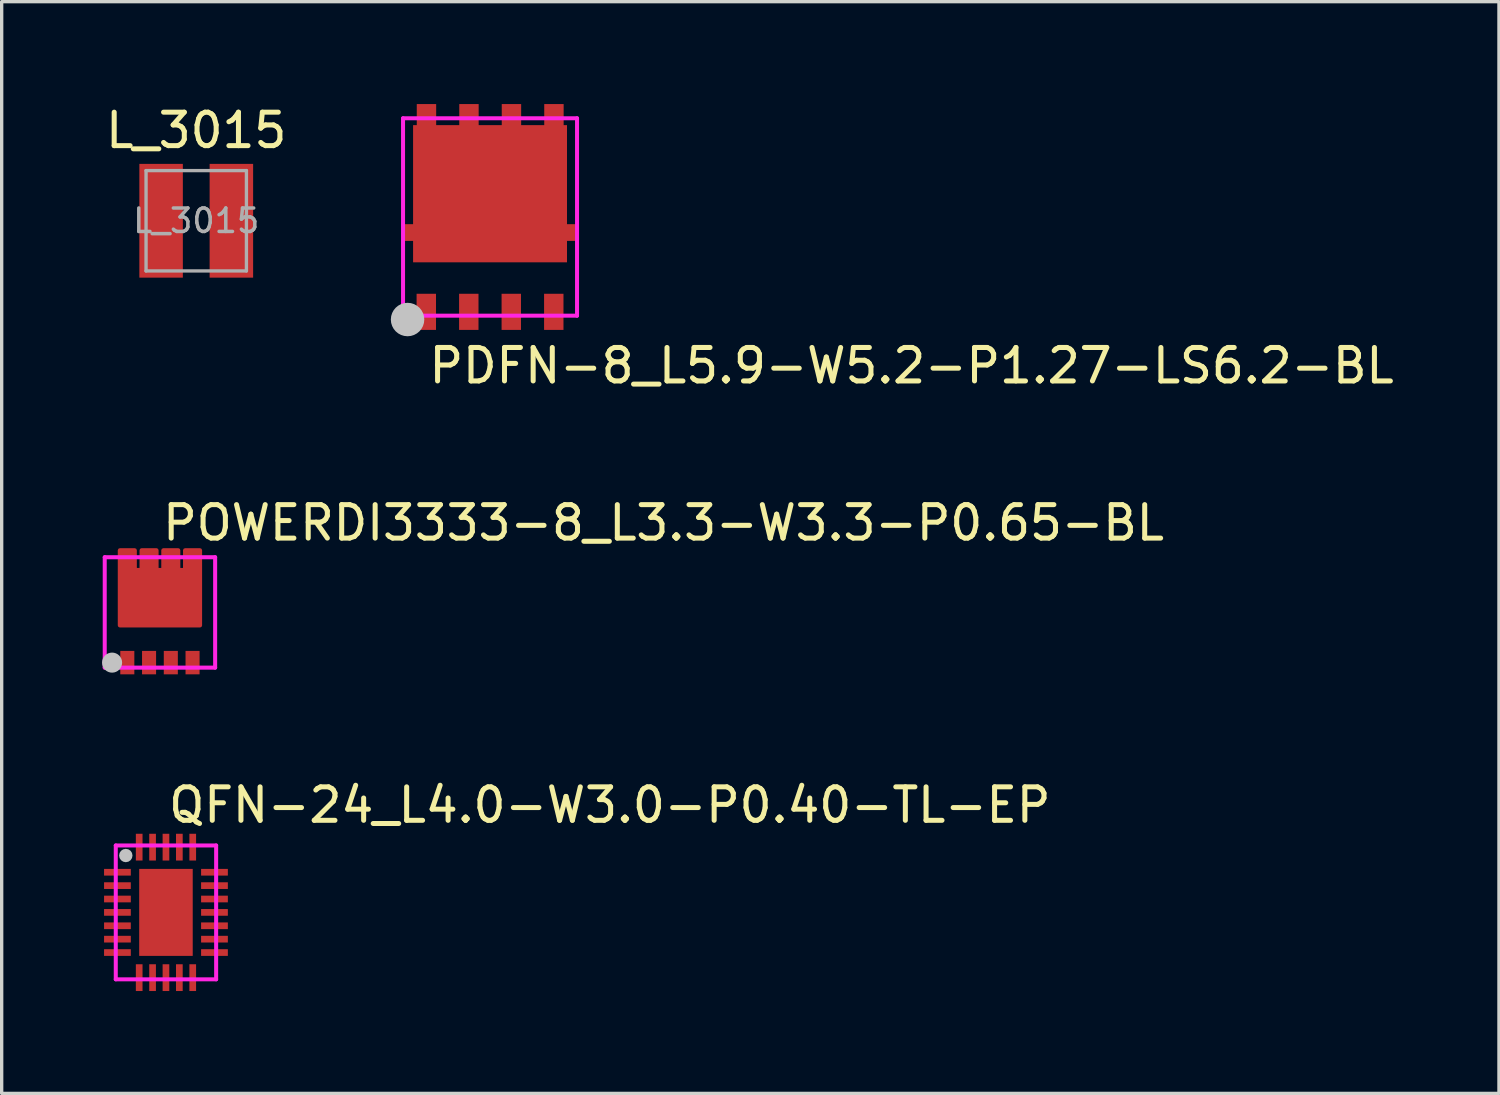
<source format=kicad_pcb>
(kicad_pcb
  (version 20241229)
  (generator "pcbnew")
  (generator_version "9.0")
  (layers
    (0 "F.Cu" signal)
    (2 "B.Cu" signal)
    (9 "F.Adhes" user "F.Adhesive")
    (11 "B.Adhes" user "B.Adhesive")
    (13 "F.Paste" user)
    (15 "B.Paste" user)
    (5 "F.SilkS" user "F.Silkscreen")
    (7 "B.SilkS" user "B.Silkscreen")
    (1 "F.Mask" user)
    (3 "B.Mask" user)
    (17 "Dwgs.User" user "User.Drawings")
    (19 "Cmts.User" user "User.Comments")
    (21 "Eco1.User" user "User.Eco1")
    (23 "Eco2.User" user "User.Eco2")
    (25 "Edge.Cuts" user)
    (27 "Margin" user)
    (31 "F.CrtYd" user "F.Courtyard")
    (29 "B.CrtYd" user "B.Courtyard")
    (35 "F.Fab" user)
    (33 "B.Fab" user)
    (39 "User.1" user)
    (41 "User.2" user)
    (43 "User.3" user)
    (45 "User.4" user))
  (footprint "POWERDI3333-8_L3.3-W3.3-P0.65-BL"
    (layer "F.Cu")
    (at 1.73 15.784)
    (property "Reference" "POWERDI3333-8_L3.3-W3.3-P0.65-BL" (at 0 -3.207 0) (layer "F.SilkS") (effects (font (size 1 1) (thickness 0.15)) (justify left)))
    (attr through_hole)
    (fp_poly (pts (xy -1.19 0.62) (xy -0.76 0.62) (xy -0.76 1.32) (xy -1.19 1.32)) (stroke (width 0.12) (type solid)) (fill yes) (layer "F.Paste"))
    (fp_poly (pts (xy -0.54 0.62) (xy -0.11 0.62) (xy -0.11 1.32) (xy -0.54 1.32)) (stroke (width 0.12) (type solid)) (fill yes) (layer "F.Paste"))
    (fp_poly (pts (xy 0.11 0.62) (xy 0.54 0.62) (xy 0.54 1.32) (xy 0.11 1.32)) (stroke (width 0.12) (type solid)) (fill yes) (layer "F.Paste"))
    (fp_poly (pts (xy 0.76 0.62) (xy 1.19 0.62) (xy 1.19 1.32) (xy 0.76 1.32)) (stroke (width 0.12) (type solid)) (fill yes) (layer "F.Paste"))
    (fp_poly (pts (xy 1.2 -2.39) (xy 1.2 -0.14) (xy -1.2 -0.14) (xy -1.2 -2.39) (xy -0.75 -2.39) (xy -0.75 -1.8) (xy -0.55 -1.8) (xy -0.55 -2.39) (xy -0.1 -2.39) (xy -0.1 -1.8) (xy 0.1 -1.8) (xy 0.1 -2.39) (xy 0.55 -2.39) (xy 0.55 -1.8) (xy 0.75 -1.8) (xy 0.75 -2.39)) (stroke (width 0.12) (type solid)) (fill yes) (layer "F.Paste"))
    (fp_circle (center -1.43 0.97) (end -1.28 0.97) (stroke (width 0.3) (type solid)) (fill no) (layer "Dwgs.User"))
    (fp_circle (center -1.65 1.12) (end -1.62 1.12) (stroke (width 0.06) (type solid)) (fill no) (layer "Eco2.User"))
    (fp_poly (pts (xy -1.135 0.72) (xy -0.815 0.72) (xy -0.815 1.12) (xy -1.135 1.12)) (stroke (width 0.12) (type solid)) (fill no) (layer "Eco2.User"))
    (fp_poly (pts (xy -0.485 0.72) (xy -0.165 0.72) (xy -0.165 1.12) (xy -0.485 1.12)) (stroke (width 0.12) (type solid)) (fill no) (layer "Eco2.User"))
    (fp_poly (pts (xy 0.165 0.72) (xy 0.485 0.72) (xy 0.485 1.12) (xy 0.165 1.12)) (stroke (width 0.12) (type solid)) (fill no) (layer "Eco2.User"))
    (fp_poly (pts (xy 0.815 0.72) (xy 1.135 0.72) (xy 1.135 1.12) (xy 0.815 1.12)) (stroke (width 0.12) (type solid)) (fill no) (layer "Eco2.User"))
    (fp_poly (pts (xy -1.135 -0.14) (xy -1.135 -2.18) (xy -0.815 -2.18) (xy -0.815 -1.8) (xy -0.485 -1.8) (xy -0.485 -2.18) (xy -0.165 -2.18) (xy -0.165 -1.8) (xy 0.165 -1.8) (xy 0.165 -2.18) (xy 0.485 -2.18) (xy 0.485 -1.8) (xy 0.815 -1.8) (xy 0.815 -2.18) (xy 1.135 -2.18) (xy 1.135 -0.14)) (stroke (width 0.12) (type solid)) (fill no) (layer "Eco2.User"))
    (fp_line (start -1.65 -2.18) (end 1.65 -2.18) (stroke (width 0.12) (type solid)) (layer "F.CrtYd"))
    (fp_line (start -1.65 1.12) (end -1.65 -2.18) (stroke (width 0.12) (type solid)) (layer "F.CrtYd"))
    (fp_line (start 1.65 -2.18) (end 1.65 1.12) (stroke (width 0.12) (type solid)) (layer "F.CrtYd"))
    (fp_line (start 1.65 1.12) (end -1.65 1.12) (stroke (width 0.12) (type solid)) (layer "F.CrtYd"))
    (pad "1" smd rect (at -0.975 0.97) (size 0.42 0.7) (layers "F.Cu" "F.Mask" "F.Paste"))
    (pad "2" smd rect (at -0.325 0.97) (size 0.42 0.7) (layers "F.Cu" "F.Mask" "F.Paste"))
    (pad "3" smd rect (at 0.325 0.97) (size 0.42 0.7) (layers "F.Cu" "F.Mask" "F.Paste"))
    (pad "4" smd rect (at 0.975 0.97) (size 0.42 0.7) (layers "F.Cu" "F.Mask" "F.Paste"))
    (pad "5" smd custom (at 0 -0.97) (size 0.102 0.102) (layers "F.Cu" "F.Mask" "F.Paste") (options (anchor circle)) (primitives (gr_poly (pts (xy -1.2 0.83) (xy -1.2 -1.42) (xy -0.75 -1.42) (xy -0.75 -0.83) (xy -0.55 -0.83) (xy -0.55 -1.42) (xy -0.1 -1.42) (xy -0.1 -0.83) (xy 0.1 -0.83) (xy 0.1 -1.42) (xy 0.55 -1.42) (xy 0.55 -0.83) (xy 0.75 -0.83) (xy 0.75 -1.42) (xy 1.2 -1.42) (xy 1.2 0.83) (xy -1.2 0.83)) (width 0.12) (fill yes)))))
  (footprint "PDFN-8_L5.9-W5.2-P1.27-LS6.2-BL"
    (layer "F.Cu")
    (at 11.596 3.435)
    (property "Reference" "PDFN-8_L5.9-W5.2-P1.27-LS6.2-BL" (at -1.905 4.445 0) (layer "F.SilkS") (effects (font (size 1 1) (thickness 0.15)) (justify left)))
    (attr through_hole)
    (fp_poly (pts (xy -1.615 3.374) (xy -1.615 2.295) (xy -2.195 2.295) (xy -2.195 3.374)) (stroke (width 0.12) (type solid)) (fill yes) (layer "F.Paste"))
    (fp_poly (pts (xy -0.345 3.374) (xy -0.345 2.295) (xy -0.925 2.295) (xy -0.925 3.374)) (stroke (width 0.12) (type solid)) (fill yes) (layer "F.Paste"))
    (fp_poly (pts (xy 0.925 3.374) (xy 0.925 2.295) (xy 0.345 2.295) (xy 0.345 3.374)) (stroke (width 0.12) (type solid)) (fill yes) (layer "F.Paste"))
    (fp_poly (pts (xy 1.615 2.295) (xy 1.615 3.374) (xy 2.195 3.374) (xy 2.195 2.295)) (stroke (width 0.12) (type solid)) (fill yes) (layer "F.Paste"))
    (fp_poly (pts (xy 1.62 -3.375) (xy 1.62 -2.745) (xy 0.93 -2.745) (xy 0.93 -3.375) (xy 0.35 -3.375) (xy 0.35 -2.745) (xy -0.34 -2.745) (xy -0.34 -3.375) (xy -0.92 -3.375) (xy -0.92 -2.745) (xy -1.61 -2.745) (xy -1.61 -3.375) (xy -2.19 -3.375) (xy -2.19 -2.745) (xy -2.3 -2.745) (xy -2.3 0.215) (xy -2.644 0.215) (xy -2.644 0.715) (xy -2.3 0.715) (xy -2.3 1.355) (xy 2.3 1.355) (xy 2.3 0.715) (xy 2.644 0.715) (xy 2.644 0.215) (xy 2.3 0.215) (xy 2.3 -2.745) (xy 2.2 -2.745) (xy 2.2 -3.375)) (stroke (width 0.12) (type solid)) (fill yes) (layer "F.Paste"))
    (fp_circle (center -2.465 3.065) (end -2.215 3.065) (stroke (width 0.5) (type solid)) (fill no) (layer "Dwgs.User"))
    (fp_circle (center -2.6 3.075) (end -2.57 3.075) (stroke (width 0.06) (type solid)) (fill no) (layer "Eco2.User"))
    (fp_poly (pts (xy -2.6 0.215) (xy -1.65 0.215) (xy -1.65 0.715) (xy -2.6 0.715)) (stroke (width 0.12) (type solid)) (fill no) (layer "Eco2.User"))
    (fp_poly (pts (xy -2.3 -2.745) (xy 2.3 -2.745) (xy 2.3 1.355) (xy -2.3 1.355)) (stroke (width 0.12) (type solid)) (fill no) (layer "Eco2.User"))
    (fp_poly (pts (xy -2.105 2.575) (xy -1.705 2.575) (xy -1.705 3.075) (xy -2.105 3.075)) (stroke (width 0.12) (type solid)) (fill no) (layer "Eco2.User"))
    (fp_poly (pts (xy -2.1 -3.076) (xy -1.7 -3.076) (xy -1.7 -2.626) (xy -2.1 -2.626)) (stroke (width 0.12) (type solid)) (fill no) (layer "Eco2.User"))
    (fp_poly (pts (xy -0.835 2.575) (xy -0.435 2.575) (xy -0.435 3.075) (xy -0.835 3.075)) (stroke (width 0.12) (type solid)) (fill no) (layer "Eco2.User"))
    (fp_poly (pts (xy -0.83 -3.076) (xy -0.43 -3.076) (xy -0.43 -2.626) (xy -0.83 -2.626)) (stroke (width 0.12) (type solid)) (fill no) (layer "Eco2.User"))
    (fp_poly (pts (xy 0.435 2.575) (xy 0.835 2.575) (xy 0.835 3.075) (xy 0.435 3.075)) (stroke (width 0.12) (type solid)) (fill no) (layer "Eco2.User"))
    (fp_poly (pts (xy 0.44 -3.076) (xy 0.84 -3.076) (xy 0.84 -2.626) (xy 0.44 -2.626)) (stroke (width 0.12) (type solid)) (fill no) (layer "Eco2.User"))
    (fp_poly (pts (xy 1.65 0.215) (xy 2.6 0.215) (xy 2.6 0.715) (xy 1.65 0.715)) (stroke (width 0.12) (type solid)) (fill no) (layer "Eco2.User"))
    (fp_poly (pts (xy 1.705 2.575) (xy 2.105 2.575) (xy 2.105 3.075) (xy 1.705 3.075)) (stroke (width 0.12) (type solid)) (fill no) (layer "Eco2.User"))
    (fp_poly (pts (xy 1.71 -3.076) (xy 2.11 -3.076) (xy 2.11 -2.626) (xy 1.71 -2.626)) (stroke (width 0.12) (type solid)) (fill no) (layer "Eco2.User"))
    (fp_line (start -2.6 -2.95) (end 2.6 -2.95) (stroke (width 0.12) (type solid)) (layer "F.CrtYd"))
    (fp_line (start -2.6 2.95) (end -2.6 -2.95) (stroke (width 0.12) (type solid)) (layer "F.CrtYd"))
    (fp_line (start 2.6 -2.95) (end 2.6 2.95) (stroke (width 0.12) (type solid)) (layer "F.CrtYd"))
    (fp_line (start 2.6 2.95) (end -2.6 2.95) (stroke (width 0.12) (type solid)) (layer "F.CrtYd"))
    (pad "1" smd rect (at -1.905 2.835) (size 0.58 1.08) (layers "F.Cu" "F.Mask" "F.Paste"))
    (pad "2" smd rect (at -0.635 2.835) (size 0.58 1.08) (layers "F.Cu" "F.Mask" "F.Paste"))
    (pad "3" smd rect (at 0.635 2.835) (size 0.58 1.08) (layers "F.Cu" "F.Mask" "F.Paste"))
    (pad "4" smd rect (at 1.905 2.835) (size 0.58 1.08) (layers "F.Cu" "F.Mask" "F.Paste"))
    (pad "5" smd rect (at 1.91 -2.835) (size 0.58 1.08) (layers "F.Cu" "F.Mask" "F.Paste"))
    (pad "6" smd rect (at 0.64 -2.835) (size 0.58 1.08) (layers "F.Cu" "F.Mask" "F.Paste"))
    (pad "7" smd rect (at -0.63 -2.835) (size 0.58 1.08) (layers "F.Cu" "F.Mask" "F.Paste"))
    (pad "8" smd rect (at -1.9 -2.835) (size 0.58 1.08) (layers "F.Cu" "F.Mask" "F.Paste"))
    (pad "9" smd rect (at -2.169 0.465) (size 0.95 0.5) (layers "F.Cu" "F.Mask" "F.Paste"))
    (pad "9" smd rect (at 0 -0.695) (size 4.6 4.1) (layers "F.Cu" "F.Mask" "F.Paste"))
    (pad "9" smd rect (at 2.169 0.465) (size 0.95 0.5) (layers "F.Cu" "F.Mask" "F.Paste")))
  (footprint "QFN-24_L4.0-W3.0-P0.40-TL-EP"
    (layer "F.Cu")
    (at 1.91 24.219)
    (property "Reference" "QFN-24_L4.0-W3.0-P0.40-TL-EP" (at 0 -3.207 0) (layer "F.SilkS") (effects (font (size 1 1) (thickness 0.15)) (justify left)))
    (attr through_hole)
    (fp_poly (pts (xy -1.85 -1.3) (xy -1.85 -1.1) (xy -1.05 -1.1) (xy -1.05 -1.3)) (stroke (width 0.12) (type solid)) (fill yes) (layer "F.Paste"))
    (fp_poly (pts (xy -1.85 0.3) (xy -1.85 0.5) (xy -1.05 0.5) (xy -1.05 0.3)) (stroke (width 0.12) (type solid)) (fill yes) (layer "F.Paste"))
    (fp_poly (pts (xy -1.05 -0.7) (xy -1.05 -0.9) (xy -1.85 -0.9) (xy -1.85 -0.7)) (stroke (width 0.12) (type solid)) (fill yes) (layer "F.Paste"))
    (fp_poly (pts (xy -1.05 -0.3) (xy -1.05 -0.5) (xy -1.85 -0.5) (xy -1.85 -0.3)) (stroke (width 0.12) (type solid)) (fill yes) (layer "F.Paste"))
    (fp_poly (pts (xy -1.05 0.1) (xy -1.05 -0.1) (xy -1.85 -0.1) (xy -1.85 0.1)) (stroke (width 0.12) (type solid)) (fill yes) (layer "F.Paste"))
    (fp_poly (pts (xy -1.05 0.9) (xy -1.05 0.7) (xy -1.85 0.7) (xy -1.85 0.9)) (stroke (width 0.12) (type solid)) (fill yes) (layer "F.Paste"))
    (fp_poly (pts (xy -1.05 1.3) (xy -1.05 1.1) (xy -1.85 1.1) (xy -1.85 1.3)) (stroke (width 0.12) (type solid)) (fill yes) (layer "F.Paste"))
    (fp_poly (pts (xy -0.9 -2.35) (xy -0.9 -1.55) (xy -0.7 -1.55) (xy -0.7 -2.35)) (stroke (width 0.12) (type solid)) (fill yes) (layer "F.Paste"))
    (fp_poly (pts (xy -0.9 1.55) (xy -0.9 2.35) (xy -0.7 2.35) (xy -0.7 1.55)) (stroke (width 0.12) (type solid)) (fill yes) (layer "F.Paste"))
    (fp_poly (pts (xy -0.64 -1.04) (xy 0.64 -1.04) (xy 0.64 1.04) (xy -0.64 1.04)) (stroke (width 0.12) (type solid)) (fill yes) (layer "F.Paste"))
    (fp_poly (pts (xy -0.5 -2.35) (xy -0.5 -1.55) (xy -0.3 -1.55) (xy -0.3 -2.35)) (stroke (width 0.12) (type solid)) (fill yes) (layer "F.Paste"))
    (fp_poly (pts (xy -0.3 2.35) (xy -0.3 1.55) (xy -0.5 1.55) (xy -0.5 2.35)) (stroke (width 0.12) (type solid)) (fill yes) (layer "F.Paste"))
    (fp_poly (pts (xy -0.1 -2.35) (xy -0.1 -1.55) (xy 0.1 -1.55) (xy 0.1 -2.35)) (stroke (width 0.12) (type solid)) (fill yes) (layer "F.Paste"))
    (fp_poly (pts (xy 0.1 2.35) (xy 0.1 1.55) (xy -0.1 1.55) (xy -0.1 2.35)) (stroke (width 0.12) (type solid)) (fill yes) (layer "F.Paste"))
    (fp_poly (pts (xy 0.5 -1.55) (xy 0.5 -2.35) (xy 0.3 -2.35) (xy 0.3 -1.55)) (stroke (width 0.12) (type solid)) (fill yes) (layer "F.Paste"))
    (fp_poly (pts (xy 0.5 2.35) (xy 0.5 1.55) (xy 0.3 1.55) (xy 0.3 2.35)) (stroke (width 0.12) (type solid)) (fill yes) (layer "F.Paste"))
    (fp_poly (pts (xy 0.9 -1.55) (xy 0.9 -2.35) (xy 0.7 -2.35) (xy 0.7 -1.55)) (stroke (width 0.12) (type solid)) (fill yes) (layer "F.Paste"))
    (fp_poly (pts (xy 0.9 2.35) (xy 0.9 1.55) (xy 0.7 1.55) (xy 0.7 2.35)) (stroke (width 0.12) (type solid)) (fill yes) (layer "F.Paste"))
    (fp_poly (pts (xy 1.05 -1.3) (xy 1.05 -1.1) (xy 1.85 -1.1) (xy 1.85 -1.3)) (stroke (width 0.12) (type solid)) (fill yes) (layer "F.Paste"))
    (fp_poly (pts (xy 1.05 -0.9) (xy 1.05 -0.7) (xy 1.85 -0.7) (xy 1.85 -0.9)) (stroke (width 0.12) (type solid)) (fill yes) (layer "F.Paste"))
    (fp_poly (pts (xy 1.05 0.7) (xy 1.05 0.9) (xy 1.85 0.9) (xy 1.85 0.7)) (stroke (width 0.12) (type solid)) (fill yes) (layer "F.Paste"))
    (fp_poly (pts (xy 1.05 1.1) (xy 1.05 1.3) (xy 1.85 1.3) (xy 1.85 1.1)) (stroke (width 0.12) (type solid)) (fill yes) (layer "F.Paste"))
    (fp_poly (pts (xy 1.85 -0.3) (xy 1.85 -0.5) (xy 1.05 -0.5) (xy 1.05 -0.3)) (stroke (width 0.12) (type solid)) (fill yes) (layer "F.Paste"))
    (fp_poly (pts (xy 1.85 0.1) (xy 1.85 -0.1) (xy 1.05 -0.1) (xy 1.05 0.1)) (stroke (width 0.12) (type solid)) (fill yes) (layer "F.Paste"))
    (fp_poly (pts (xy 1.85 0.5) (xy 1.85 0.3) (xy 1.05 0.3) (xy 1.05 0.5)) (stroke (width 0.12) (type solid)) (fill yes) (layer "F.Paste"))
    (fp_circle (center -1.2 -1.7) (end -1.1 -1.7) (stroke (width 0.2) (type solid)) (fill no) (layer "Dwgs.User"))
    (fp_circle (center -1.5 -2) (end -1.47 -2) (stroke (width 0.06) (type solid)) (fill no) (layer "Eco2.User"))
    (fp_poly (pts (xy -1.5 -1.3) (xy -1.1 -1.3) (xy -1.1 -1.1) (xy -1.5 -1.1)) (stroke (width 0.12) (type solid)) (fill no) (layer "Eco2.User"))
    (fp_poly (pts (xy -1.5 -0.9) (xy -1.1 -0.9) (xy -1.1 -0.7) (xy -1.5 -0.7)) (stroke (width 0.12) (type solid)) (fill no) (layer "Eco2.User"))
    (fp_poly (pts (xy -1.5 -0.5) (xy -1.1 -0.5) (xy -1.1 -0.3) (xy -1.5 -0.3)) (stroke (width 0.12) (type solid)) (fill no) (layer "Eco2.User"))
    (fp_poly (pts (xy -1.5 -0.1) (xy -1.1 -0.1) (xy -1.1 0.1) (xy -1.5 0.1)) (stroke (width 0.12) (type solid)) (fill no) (layer "Eco2.User"))
    (fp_poly (pts (xy -1.5 0.7) (xy -1.1 0.7) (xy -1.1 0.9) (xy -1.5 0.9)) (stroke (width 0.12) (type solid)) (fill no) (layer "Eco2.User"))
    (fp_poly (pts (xy -1.1 0.5) (xy -1.5 0.5) (xy -1.5 0.3) (xy -1.1 0.3)) (stroke (width 0.12) (type solid)) (fill no) (layer "Eco2.User"))
    (fp_poly (pts (xy -1.1 1.3) (xy -1.5 1.3) (xy -1.5 1.1) (xy -1.1 1.1)) (stroke (width 0.12) (type solid)) (fill no) (layer "Eco2.User"))
    (fp_poly (pts (xy -0.9 -2) (xy -0.7 -2) (xy -0.7 -1.6) (xy -0.9 -1.6)) (stroke (width 0.12) (type solid)) (fill no) (layer "Eco2.User"))
    (fp_poly (pts (xy -0.9 1.6) (xy -0.7 1.6) (xy -0.7 2) (xy -0.9 2)) (stroke (width 0.12) (type solid)) (fill no) (layer "Eco2.User"))
    (fp_poly (pts (xy -0.8 -1.3) (xy 0.8 -1.3) (xy 0.8 1.3) (xy -0.8 1.3)) (stroke (width 0.12) (type solid)) (fill no) (layer "Eco2.User"))
    (fp_poly (pts (xy -0.5 -2) (xy -0.3 -2) (xy -0.3 -1.6) (xy -0.5 -1.6)) (stroke (width 0.12) (type solid)) (fill no) (layer "Eco2.User"))
    (fp_poly (pts (xy -0.5 1.6) (xy -0.3 1.6) (xy -0.3 2) (xy -0.5 2)) (stroke (width 0.12) (type solid)) (fill no) (layer "Eco2.User"))
    (fp_poly (pts (xy -0.1 -2) (xy 0.1 -2) (xy 0.1 -1.6) (xy -0.1 -1.6)) (stroke (width 0.12) (type solid)) (fill no) (layer "Eco2.User"))
    (fp_poly (pts (xy -0.1 1.6) (xy 0.1 1.6) (xy 0.1 2) (xy -0.1 2)) (stroke (width 0.12) (type solid)) (fill no) (layer "Eco2.User"))
    (fp_poly (pts (xy 0.3 -2) (xy 0.5 -2) (xy 0.5 -1.6) (xy 0.3 -1.6)) (stroke (width 0.12) (type solid)) (fill no) (layer "Eco2.User"))
    (fp_poly (pts (xy 0.3 1.6) (xy 0.5 1.6) (xy 0.5 2) (xy 0.3 2)) (stroke (width 0.12) (type solid)) (fill no) (layer "Eco2.User"))
    (fp_poly (pts (xy 0.7 -2) (xy 0.9 -2) (xy 0.9 -1.6) (xy 0.7 -1.6)) (stroke (width 0.12) (type solid)) (fill no) (layer "Eco2.User"))
    (fp_poly (pts (xy 0.7 1.6) (xy 0.9 1.6) (xy 0.9 2) (xy 0.7 2)) (stroke (width 0.12) (type solid)) (fill no) (layer "Eco2.User"))
    (fp_poly (pts (xy 1.1 -1.3) (xy 1.5 -1.3) (xy 1.5 -1.1) (xy 1.1 -1.1)) (stroke (width 0.12) (type solid)) (fill no) (layer "Eco2.User"))
    (fp_poly (pts (xy 1.1 -0.9) (xy 1.5 -0.9) (xy 1.5 -0.7) (xy 1.1 -0.7)) (stroke (width 0.12) (type solid)) (fill no) (layer "Eco2.User"))
    (fp_poly (pts (xy 1.1 -0.5) (xy 1.5 -0.5) (xy 1.5 -0.3) (xy 1.1 -0.3)) (stroke (width 0.12) (type solid)) (fill no) (layer "Eco2.User"))
    (fp_poly (pts (xy 1.1 -0.1) (xy 1.5 -0.1) (xy 1.5 0.1) (xy 1.1 0.1)) (stroke (width 0.12) (type solid)) (fill no) (layer "Eco2.User"))
    (fp_poly (pts (xy 1.1 0.3) (xy 1.5 0.3) (xy 1.5 0.5) (xy 1.1 0.5)) (stroke (width 0.12) (type solid)) (fill no) (layer "Eco2.User"))
    (fp_poly (pts (xy 1.1 0.7) (xy 1.5 0.7) (xy 1.5 0.9) (xy 1.1 0.9)) (stroke (width 0.12) (type solid)) (fill no) (layer "Eco2.User"))
    (fp_poly (pts (xy 1.1 1.1) (xy 1.5 1.1) (xy 1.5 1.3) (xy 1.1 1.3)) (stroke (width 0.12) (type solid)) (fill no) (layer "Eco2.User"))
    (fp_line (start -1.5 -2) (end 1.5 -2) (stroke (width 0.12) (type solid)) (layer "F.CrtYd"))
    (fp_line (start -1.5 2) (end -1.5 -2) (stroke (width 0.12) (type solid)) (layer "F.CrtYd"))
    (fp_line (start 1.5 -2) (end 1.5 2) (stroke (width 0.12) (type solid)) (layer "F.CrtYd"))
    (fp_line (start 1.5 2) (end -1.5 2) (stroke (width 0.12) (type solid)) (layer "F.CrtYd"))
    (pad "1" smd rect (at -1.45 -1.2) (size 0.8 0.2) (layers "F.Cu" "F.Mask" "F.Paste"))
    (pad "2" smd rect (at -1.45 -0.8) (size 0.8 0.2) (layers "F.Cu" "F.Mask" "F.Paste"))
    (pad "3" smd rect (at -1.45 -0.4) (size 0.8 0.2) (layers "F.Cu" "F.Mask" "F.Paste"))
    (pad "4" smd rect (at -1.45 0) (size 0.8 0.2) (layers "F.Cu" "F.Mask" "F.Paste"))
    (pad "5" smd rect (at -1.45 0.4 180) (size 0.8 0.2) (layers "F.Cu" "F.Mask" "F.Paste"))
    (pad "6" smd rect (at -1.45 0.8) (size 0.8 0.2) (layers "F.Cu" "F.Mask" "F.Paste"))
    (pad "7" smd rect (at -1.45 1.2 180) (size 0.8 0.2) (layers "F.Cu" "F.Mask" "F.Paste"))
    (pad "8" smd rect (at -0.8 1.95) (size 0.2 0.8) (layers "F.Cu" "F.Mask" "F.Paste"))
    (pad "9" smd rect (at -0.4 1.95) (size 0.2 0.8) (layers "F.Cu" "F.Mask" "F.Paste"))
    (pad "10" smd rect (at 0 1.95) (size 0.2 0.8) (layers "F.Cu" "F.Mask" "F.Paste"))
    (pad "11" smd rect (at 0.4 1.95) (size 0.2 0.8) (layers "F.Cu" "F.Mask" "F.Paste"))
    (pad "12" smd rect (at 0.8 1.95) (size 0.2 0.8) (layers "F.Cu" "F.Mask" "F.Paste"))
    (pad "13" smd rect (at 1.45 1.2) (size 0.8 0.2) (layers "F.Cu" "F.Mask" "F.Paste"))
    (pad "14" smd rect (at 1.45 0.8) (size 0.8 0.2) (layers "F.Cu" "F.Mask" "F.Paste"))
    (pad "15" smd rect (at 1.45 0.4) (size 0.8 0.2) (layers "F.Cu" "F.Mask" "F.Paste"))
    (pad "16" smd rect (at 1.45 0) (size 0.8 0.2) (layers "F.Cu" "F.Mask" "F.Paste"))
    (pad "17" smd rect (at 1.45 -0.4) (size 0.8 0.2) (layers "F.Cu" "F.Mask" "F.Paste"))
    (pad "18" smd rect (at 1.45 -0.8) (size 0.8 0.2) (layers "F.Cu" "F.Mask" "F.Paste"))
    (pad "19" smd rect (at 1.45 -1.2) (size 0.8 0.2) (layers "F.Cu" "F.Mask" "F.Paste"))
    (pad "20" smd rect (at 0.8 -1.95) (size 0.2 0.8) (layers "F.Cu" "F.Mask" "F.Paste"))
    (pad "21" smd rect (at 0.4 -1.95) (size 0.2 0.8) (layers "F.Cu" "F.Mask" "F.Paste"))
    (pad "22" smd rect (at 0 -1.95) (size 0.2 0.8) (layers "F.Cu" "F.Mask" "F.Paste"))
    (pad "23" smd rect (at -0.4 -1.95) (size 0.2 0.8) (layers "F.Cu" "F.Mask" "F.Paste"))
    (pad "24" smd rect (at -0.8 -1.95) (size 0.2 0.8) (layers "F.Cu" "F.Mask" "F.Paste"))
    (pad "25" smd rect (at 0 0) (size 1.6 2.6) (layers "F.Cu" "F.Mask" "F.Paste")))
  (footprint "L_3015"
    (layer "F.Cu")
    (at 2.815 3.548)
    (property "Reference" "L_3015" (at 0 -2.7 0) (layer "F.SilkS") (effects (font (size 1 1) (thickness 0.15))))
    (attr smd)
    (fp_line (start -1.5 -1.5) (end -1.5 1.5) (stroke (width 0.1) (type solid)) (layer "F.Fab"))
    (fp_line (start -1.5 1.5) (end 1.5 1.5) (stroke (width 0.1) (type solid)) (layer "F.Fab"))
    (fp_line (start 1.5 -1.5) (end -1.5 -1.5) (stroke (width 0.1) (type solid)) (layer "F.Fab"))
    (fp_line (start 1.5 1.5) (end 1.5 -1.5) (stroke (width 0.1) (type solid)) (layer "F.Fab"))
    (fp_text user "${REFERENCE}" (at 0 0 0) (layer "F.Fab") (effects (font (size 0.7 0.7) (thickness 0.105))))
    (pad "1" smd rect (at -1.05 0) (size 1.3 3.4) (layers "F.Cu" "F.Mask" "F.Paste"))
    (pad "2" smd rect (at 1.05 0) (size 1.3 3.4) (layers "F.Cu" "F.Mask" "F.Paste")))
  (gr_rect
    (start -3 -3)
    (end 41.75 29.629)
    (stroke (width 0.1) (type default))
    (fill no)
    (layer "Edge.Cuts")))
</source>
